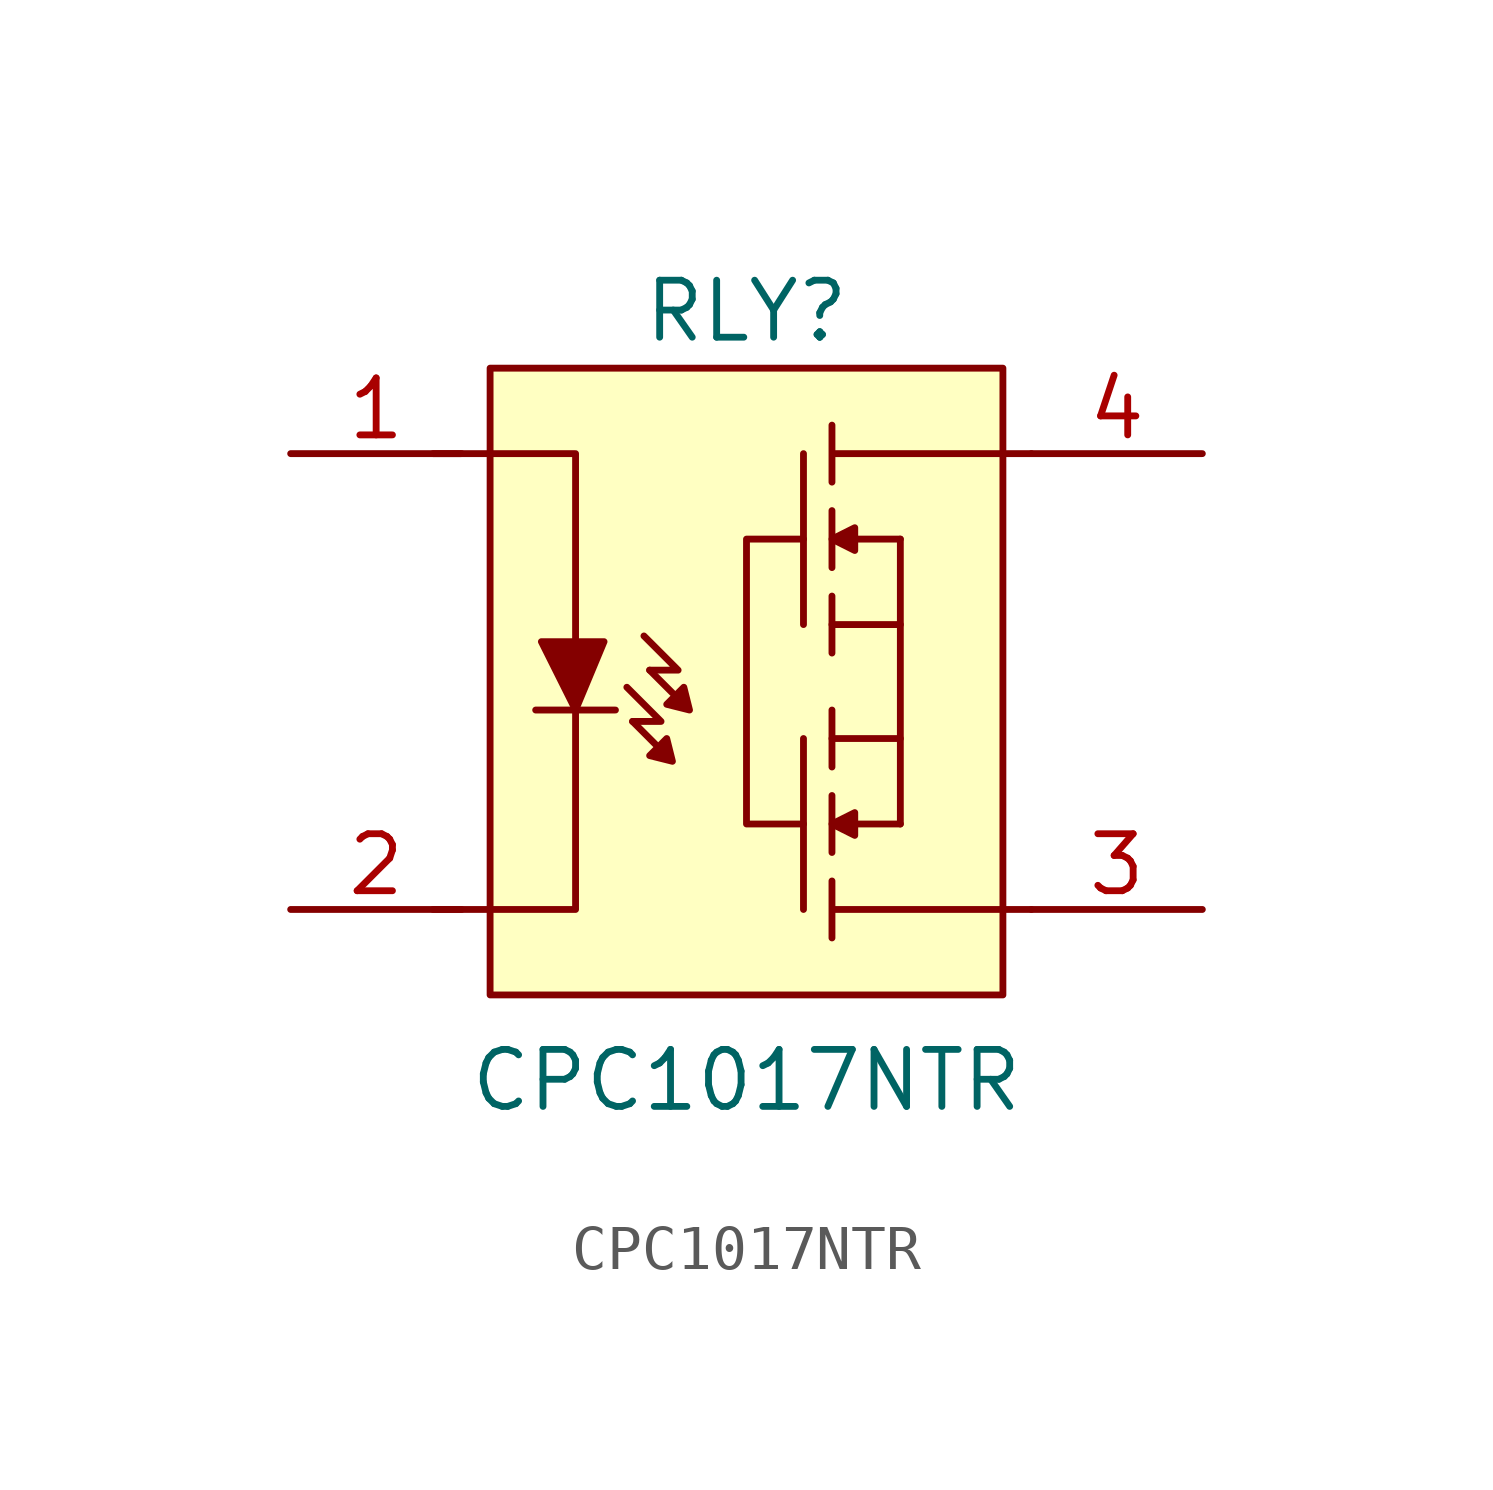
<source format=kicad_sym>
(kicad_symbol_lib
  (version 20201005)
  (generator kicad_symbol_editor)
  (symbol "CPC1017NTR"
    (pin_names
      (offset 0) hide)
    (property "Reference" "RLY"
      (at 0 8.255 0)
      (effects (font (size 1.27 1.27))))
    (property "Value" "CPC1017NTR"
      (at 0 -8.89 0)
      (effects (font (size 1.27 1.27))))
    (symbol "CPC1017NTR_0_1"
      (rectangle (start -5.715 6.985) (end 5.715 -6.985) (stroke (width 0)) (fill (type background)))
      (polyline (pts (xy -4.699 -0.635) (xy -2.921 -0.635)) (stroke (width 0)) (fill (type none)))
      (polyline (pts (xy -2.54 -0.889) (xy -2.032 -1.397)) (stroke (width 0)) (fill (type none)))
      (polyline (pts (xy -2.159 0.254) (xy -1.651 -0.254)) (stroke (width 0)) (fill (type none)))
      (polyline (pts (xy 1.27 -1.27) (xy 1.27 -5.08)) (stroke (width 0)) (fill (type none)))
      (polyline (pts (xy 1.27 5.08) (xy 1.27 1.27)) (stroke (width 0)) (fill (type none)))
      (polyline (pts (xy 1.905 -3.81) (xy 1.905 -2.54)) (stroke (width 0)) (fill (type none)))
      (polyline (pts (xy 1.905 -1.905) (xy 1.905 -0.635)) (stroke (width 0)) (fill (type none)))
      (polyline (pts (xy 1.905 -1.27) (xy 3.429 -1.27)) (stroke (width 0)) (fill (type none)))
      (polyline (pts (xy 1.905 1.27) (xy 3.429 1.27)) (stroke (width 0)) (fill (type none)))
      (polyline (pts (xy 1.905 1.905) (xy 1.905 0.635)) (stroke (width 0)) (fill (type none)))
      (polyline (pts (xy 1.905 3.81) (xy 1.905 2.54)) (stroke (width 0)) (fill (type none)))
      (polyline (pts (xy 3.429 -3.175) (xy 2.413 -3.175)) (stroke (width 0)) (fill (type none)))
      (polyline (pts (xy 3.429 -3.175) (xy 3.429 3.175)) (stroke (width 0)) (fill (type none)))
      (polyline (pts (xy 3.429 3.175) (xy 2.413 3.175)) (stroke (width 0)) (fill (type none)))
      (polyline (pts (xy -3.81 -0.508) (xy -3.81 -5.08) (xy -6.985 -5.08)) (stroke (width 0)) (fill (type none)))
      (polyline (pts (xy -3.81 0.508) (xy -3.81 5.08) (xy -6.985 5.08)) (stroke (width 0)) (fill (type none)))
      (polyline (pts (xy -2.54 -0.889) (xy -1.905 -0.889) (xy -2.667 -0.127)) (stroke (width 0)) (fill (type none)))
      (polyline (pts (xy -2.159 0.254) (xy -1.524 0.254) (xy -2.286 1.016)) (stroke (width 0)) (fill (type none)))
      (polyline (pts (xy -4.572 0.889) (xy -3.175 0.889) (xy -3.81 -0.635) (xy -4.572 0.889)) (stroke (width 0)) (fill (type outline)))
      (polyline (pts (xy -2.159 -1.651) (xy -1.778 -1.27) (xy -1.651 -1.778) (xy -2.159 -1.651)) (stroke (width 0)) (fill (type outline)))
      (polyline (pts (xy -1.778 -0.508) (xy -1.397 -0.127) (xy -1.27 -0.635) (xy -1.778 -0.508)) (stroke (width 0)) (fill (type outline)))
      (polyline (pts (xy 1.27 3.175) (xy 0 3.175) (xy 0 -3.175) (xy 1.27 -3.175)) (stroke (width 0)) (fill (type none)))
      (polyline (pts (xy 2.413 -2.921) (xy 2.413 -3.429) (xy 1.905 -3.175) (xy 2.413 -2.921)) (stroke (width 0)) (fill (type outline)))
      (polyline (pts (xy 2.413 3.429) (xy 2.413 2.921) (xy 1.905 3.175) (xy 2.413 3.429)) (stroke (width 0)) (fill (type outline)))
      (polyline (pts (xy 6.35 -5.08) (xy 1.905 -5.08) (xy 1.905 -4.445) (xy 1.905 -5.715)) (stroke (width 0)) (fill (type none)))
      (polyline (pts (xy 6.35 5.08) (xy 1.905 5.08) (xy 1.905 5.715) (xy 1.905 4.445)) (stroke (width 0)) (fill (type none))))
    (symbol "CPC1017NTR_1_1"
      (pin passive line (at -10.16 5.08 0) (length 3.81) (name "CON+" (effects (font (size 1.27 1.27)))) (number "1" (effects (font (size 1.27 1.27)))))
      (pin passive line (at -10.16 -5.08 0) (length 3.81) (name "CON-" (effects (font (size 1.27 1.27)))) (number "2" (effects (font (size 1.27 1.27)))))
      (pin passive line (at 10.16 -5.08 180) (length 3.81) (name "LOAD" (effects (font (size 1.27 1.27)))) (number "3" (effects (font (size 1.27 1.27)))))
      (pin passive line (at 10.16 5.08 180) (length 3.81) (name "LOAD" (effects (font (size 1.27 1.27)))) (number "4" (effects (font (size 1.27 1.27))))))))
</source>
